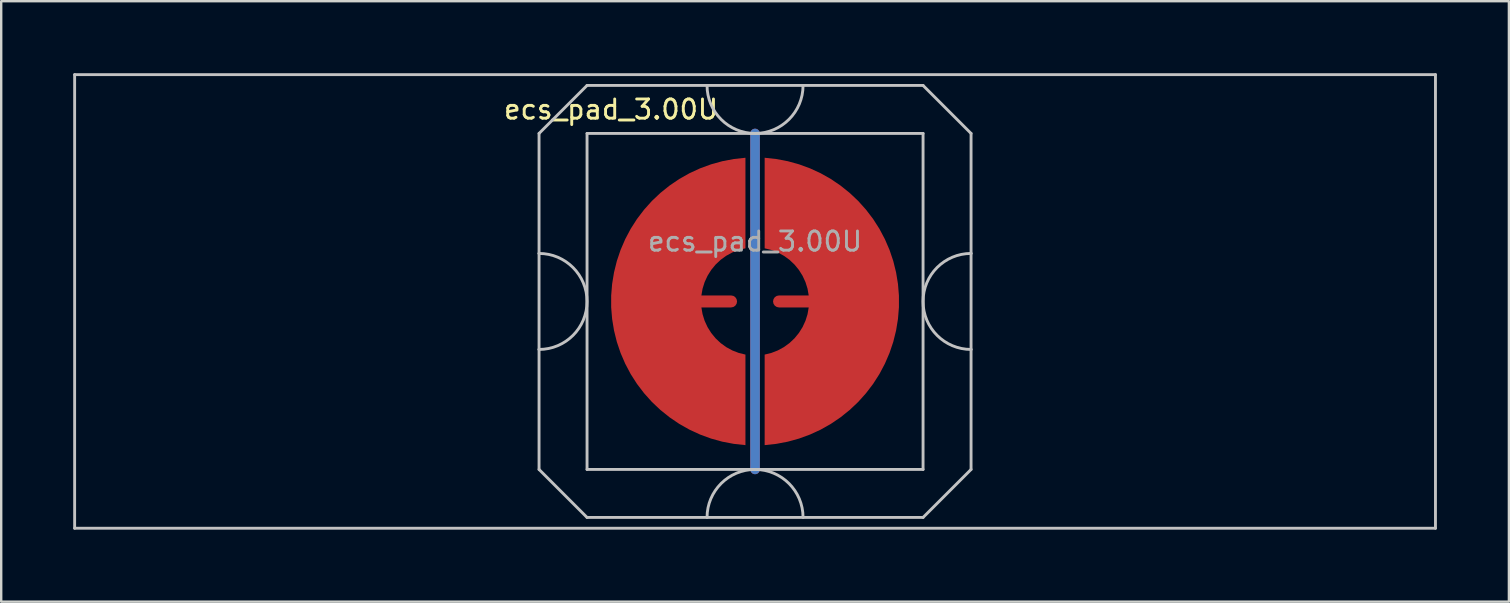
<source format=kicad_pcb>
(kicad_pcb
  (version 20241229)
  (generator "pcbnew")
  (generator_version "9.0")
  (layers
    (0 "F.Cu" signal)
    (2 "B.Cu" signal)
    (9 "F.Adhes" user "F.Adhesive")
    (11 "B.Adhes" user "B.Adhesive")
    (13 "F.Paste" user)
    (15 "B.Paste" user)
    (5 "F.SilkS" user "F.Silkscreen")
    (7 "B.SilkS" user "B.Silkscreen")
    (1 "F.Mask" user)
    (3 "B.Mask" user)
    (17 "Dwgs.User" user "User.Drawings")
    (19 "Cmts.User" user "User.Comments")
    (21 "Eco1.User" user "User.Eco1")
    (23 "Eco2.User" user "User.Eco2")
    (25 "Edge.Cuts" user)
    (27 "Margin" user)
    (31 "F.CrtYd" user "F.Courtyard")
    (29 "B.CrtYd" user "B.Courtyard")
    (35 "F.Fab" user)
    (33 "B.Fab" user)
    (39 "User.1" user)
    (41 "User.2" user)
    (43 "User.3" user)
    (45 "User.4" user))
  (footprint "ecs_pad_3.00U"
    (layer "F.Cu")
    (at 28.41 9.51)
    (property "Reference" "ecs_pad_3.00U" (at -6 -8 0) (layer "F.SilkS") (effects (font (size 0.8 0.8) (thickness 0.12))))
    (attr smd)
    (fp_line (start -28.35 -9.45) (end 28.35 -9.45) (stroke (width 0.12) (type solid)) (layer "Dwgs.User"))
    (fp_line (start -28.35 9.45) (end -28.35 -9.45) (stroke (width 0.12) (type solid)) (layer "Dwgs.User"))
    (fp_line (start -9 -7) (end -9 -2) (stroke (width 0.12) (type solid)) (layer "Dwgs.User"))
    (fp_line (start -9 -2) (end -9 2) (stroke (width 0.12) (type solid)) (layer "Dwgs.User"))
    (fp_line (start -9 2) (end -9 7) (stroke (width 0.12) (type solid)) (layer "Dwgs.User"))
    (fp_line (start -9 7) (end -7 9) (stroke (width 0.12) (type solid)) (layer "Dwgs.User"))
    (fp_line (start -7 -9) (end -9 -7) (stroke (width 0.12) (type solid)) (layer "Dwgs.User"))
    (fp_line (start -7 -7) (end -7 7) (stroke (width 0.12) (type solid)) (layer "Dwgs.User"))
    (fp_line (start -7 7) (end 7 7) (stroke (width 0.12) (type solid)) (layer "Dwgs.User"))
    (fp_line (start -7 9) (end 7 9) (stroke (width 0.12) (type solid)) (layer "Dwgs.User"))
    (fp_line (start 7 -9) (end -7 -9) (stroke (width 0.12) (type solid)) (layer "Dwgs.User"))
    (fp_line (start 7 -9) (end 9 -7) (stroke (width 0.12) (type solid)) (layer "Dwgs.User"))
    (fp_line (start 7 -7) (end -7 -7) (stroke (width 0.12) (type solid)) (layer "Dwgs.User"))
    (fp_line (start 7 7) (end 7 -7) (stroke (width 0.12) (type solid)) (layer "Dwgs.User"))
    (fp_line (start 7 9) (end 9 7) (stroke (width 0.12) (type solid)) (layer "Dwgs.User"))
    (fp_line (start 9 -2) (end 9 -7) (stroke (width 0.12) (type solid)) (layer "Dwgs.User"))
    (fp_line (start 9 -2) (end 9 2) (stroke (width 0.12) (type solid)) (layer "Dwgs.User"))
    (fp_line (start 9 7) (end 9 2) (stroke (width 0.12) (type solid)) (layer "Dwgs.User"))
    (fp_line (start 28.35 -9.45) (end 28.35 9.45) (stroke (width 0.12) (type solid)) (layer "Dwgs.User"))
    (fp_line (start 28.35 9.45) (end -28.35 9.45) (stroke (width 0.12) (type solid)) (layer "Dwgs.User"))
    (fp_arc (start -9 -2) (mid -7 0) (end -9 2) (stroke (width 0.12) (type solid)) (layer "Dwgs.User"))
    (fp_arc (start -2 9) (mid 0 7) (end 2 9) (stroke (width 0.12) (type solid)) (layer "Dwgs.User"))
    (fp_arc (start 2 -9) (mid 0 -7) (end -2 -9) (stroke (width 0.12) (type solid)) (layer "Dwgs.User"))
    (fp_arc (start 9 2) (mid 7 0) (end 9 -2) (stroke (width 0.12) (type solid)) (layer "Dwgs.User"))
    (fp_circle (center 0 0) (end 6.553 0) (stroke (width 0.12) (type solid)) (fill no) (layer "User.3"))
    (fp_text user "${REFERENCE}" (at 0 -2.5 0) (layer "F.Fab") (effects (font (size 0.8 0.8) (thickness 0.12))))
    (pad "1" smd custom (at -1 0) (size 0.4 0.4) (layers "F.Cu") (options (anchor circle)) (primitives (gr_poly (pts (xy 0.6 -2.214) (xy 0.32 -2.145) (xy 0.052 -2.041) (xy -0.201 -1.903) (xy -0.434 -1.734) (xy -0.644 -1.536) (xy -0.826 -1.314) (xy -0.979 -1.07) (xy -1.1 -0.808) (xy -1.186 -0.534) (xy -1.236 -0.25) (xy 0 -0.25) (xy 0.096 -0.231) (xy 0.177 -0.177) (xy 0.231 -0.096) (xy 0.25 0) (xy 0.231 0.096) (xy 0.177 0.177) (xy 0.096 0.231) (xy 0 0.25) (xy -1.236 0.25) (xy -1.186 0.534) (xy -1.1 0.808) (xy -0.979 1.07) (xy -0.826 1.314) (xy -0.644 1.536) (xy -0.434 1.734) (xy -0.201 1.903) (xy 0.052 2.041) (xy 0.32 2.145) (xy 0.6 2.214) (xy 0.6 5.987) (xy 0.115 5.934) (xy -0.364 5.843) (xy -0.834 5.713) (xy -1.292 5.545) (xy -1.735 5.341) (xy -2.159 5.101) (xy -2.563 4.827) (xy -2.943 4.522) (xy -3.298 4.187) (xy -3.623 3.824) (xy -3.919 3.436) (xy -4.182 3.025) (xy -4.41 2.594) (xy -4.603 2.147) (xy -4.759 1.684) (xy -4.876 1.211) (xy -4.955 0.73) (xy -4.995 0.244) (xy -4.995 -0.244) (xy -4.955 -0.73) (xy -4.876 -1.211) (xy -4.759 -1.684) (xy -4.603 -2.147) (xy -4.41 -2.594) (xy -4.182 -3.025) (xy -3.919 -3.436) (xy -3.623 -3.824) (xy -3.298 -4.187) (xy -2.943 -4.522) (xy -2.563 -4.827) (xy -2.159 -5.101) (xy -1.735 -5.341) (xy -1.292 -5.545) (xy -0.834 -5.713) (xy -0.364 -5.843) (xy 0.115 -5.934) (xy 0.6 -5.987)) (width 0) (fill yes))))
    (pad "2" smd custom (at 1 0 180) (size 0.4 0.4) (layers "F.Cu") (options (anchor circle)) (primitives (gr_poly (pts (xy 0.6 -2.214) (xy 0.32 -2.145) (xy 0.052 -2.041) (xy -0.201 -1.903) (xy -0.434 -1.734) (xy -0.644 -1.536) (xy -0.826 -1.314) (xy -0.979 -1.07) (xy -1.1 -0.808) (xy -1.186 -0.534) (xy -1.236 -0.25) (xy 0 -0.25) (xy 0.096 -0.231) (xy 0.177 -0.177) (xy 0.231 -0.096) (xy 0.25 0) (xy 0.231 0.096) (xy 0.177 0.177) (xy 0.096 0.231) (xy 0 0.25) (xy -1.236 0.25) (xy -1.186 0.534) (xy -1.1 0.808) (xy -0.979 1.07) (xy -0.826 1.314) (xy -0.644 1.536) (xy -0.434 1.734) (xy -0.201 1.903) (xy 0.052 2.041) (xy 0.32 2.145) (xy 0.6 2.214) (xy 0.6 5.987) (xy 0.115 5.934) (xy -0.364 5.843) (xy -0.834 5.713) (xy -1.292 5.545) (xy -1.735 5.341) (xy -2.159 5.101) (xy -2.563 4.827) (xy -2.943 4.522) (xy -3.298 4.187) (xy -3.623 3.824) (xy -3.919 3.436) (xy -4.182 3.025) (xy -4.41 2.594) (xy -4.603 2.147) (xy -4.759 1.684) (xy -4.876 1.211) (xy -4.955 0.73) (xy -4.995 0.244) (xy -4.995 -0.244) (xy -4.955 -0.73) (xy -4.876 -1.211) (xy -4.759 -1.684) (xy -4.603 -2.147) (xy -4.41 -2.594) (xy -4.182 -3.025) (xy -3.919 -3.436) (xy -3.623 -3.824) (xy -3.298 -4.187) (xy -2.943 -4.522) (xy -2.563 -4.827) (xy -2.159 -5.101) (xy -1.735 -5.341) (xy -1.292 -5.545) (xy -0.834 -5.713) (xy -0.364 -5.843) (xy 0.115 -5.934) (xy 0.6 -5.987)) (width 0) (fill yes))))
    (pad "3" smd custom (at 0 -7) (size 0.4 0.4) (layers "F.Cu") (options (anchor circle)) (primitives (gr_line (start 0 0) (end 0 14) (width 0.4))))
    (pad "3" smd custom (at 0 -7) (size 0.4 0.4) (layers "B.Cu") (options (anchor circle)) (primitives (gr_line (start 0 0) (end 0 14) (width 0.4))))
    (zone (net_name "") (layer "B.Cu") (hatch edge 0.508) (connect_pads) (min_thickness 0.254) (filled_areas_thickness no) (keepout (tracks allowed) (vias allowed) (pads allowed) (copperpour not_allowed) (footprints allowed)) (placement (enabled no)) (fill) (polygon (pts (xy 34.968 9.51) (xy 34.948 8.995) (xy 34.888 8.484) (xy 34.787 7.979) (xy 34.647 7.483) (xy 34.469 7) (xy 34.253 6.533) (xy 34.002 6.083) (xy 33.716 5.655) (xy 33.397 5.251) (xy 33.047 4.873) (xy 32.669 4.523) (xy 32.265 4.204) (xy 31.837 3.918) (xy 31.387 3.667) (xy 30.92 3.451) (xy 30.437 3.273) (xy 29.941 3.133) (xy 29.436 3.032) (xy 28.925 2.972) (xy 28.41 2.952) (xy 27.895 2.972) (xy 27.384 3.032) (xy 26.879 3.133) (xy 26.383 3.273) (xy 25.9 3.451) (xy 25.433 3.667) (xy 24.983 3.918) (xy 24.555 4.204) (xy 24.151 4.523) (xy 23.773 4.873) (xy 23.423 5.251) (xy 23.104 5.655) (xy 22.818 6.083) (xy 22.567 6.533) (xy 22.351 7) (xy 22.173 7.483) (xy 22.033 7.979) (xy 21.932 8.484) (xy 21.872 8.995) (xy 21.852 9.51) (xy 21.872 10.025) (xy 21.932 10.536) (xy 22.033 11.041) (xy 22.173 11.537) (xy 22.351 12.02) (xy 22.567 12.487) (xy 22.818 12.937) (xy 23.104 13.365) (xy 23.423 13.769) (xy 23.773 14.147) (xy 24.151 14.497) (xy 24.555 14.816) (xy 24.983 15.102) (xy 25.433 15.353) (xy 25.9 15.569) (xy 26.383 15.747) (xy 26.879 15.887) (xy 27.384 15.988) (xy 27.895 16.048) (xy 28.41 16.068) (xy 28.925 16.048) (xy 29.436 15.988) (xy 29.941 15.887) (xy 30.437 15.747) (xy 30.92 15.569) (xy 31.387 15.353) (xy 31.837 15.102) (xy 32.265 14.816) (xy 32.669 14.497) (xy 33.047 14.147) (xy 33.397 13.769) (xy 33.716 13.365) (xy 34.002 12.937) (xy 34.253 12.487) (xy 34.469 12.02) (xy 34.647 11.537) (xy 34.787 11.041) (xy 34.888 10.536) (xy 34.948 10.025)))))
  (gr_rect
    (start -3 -3)
    (end 59.82 22.02)
    (stroke (width 0.1) (type default))
    (fill no)
    (layer "Edge.Cuts")))
</source>
